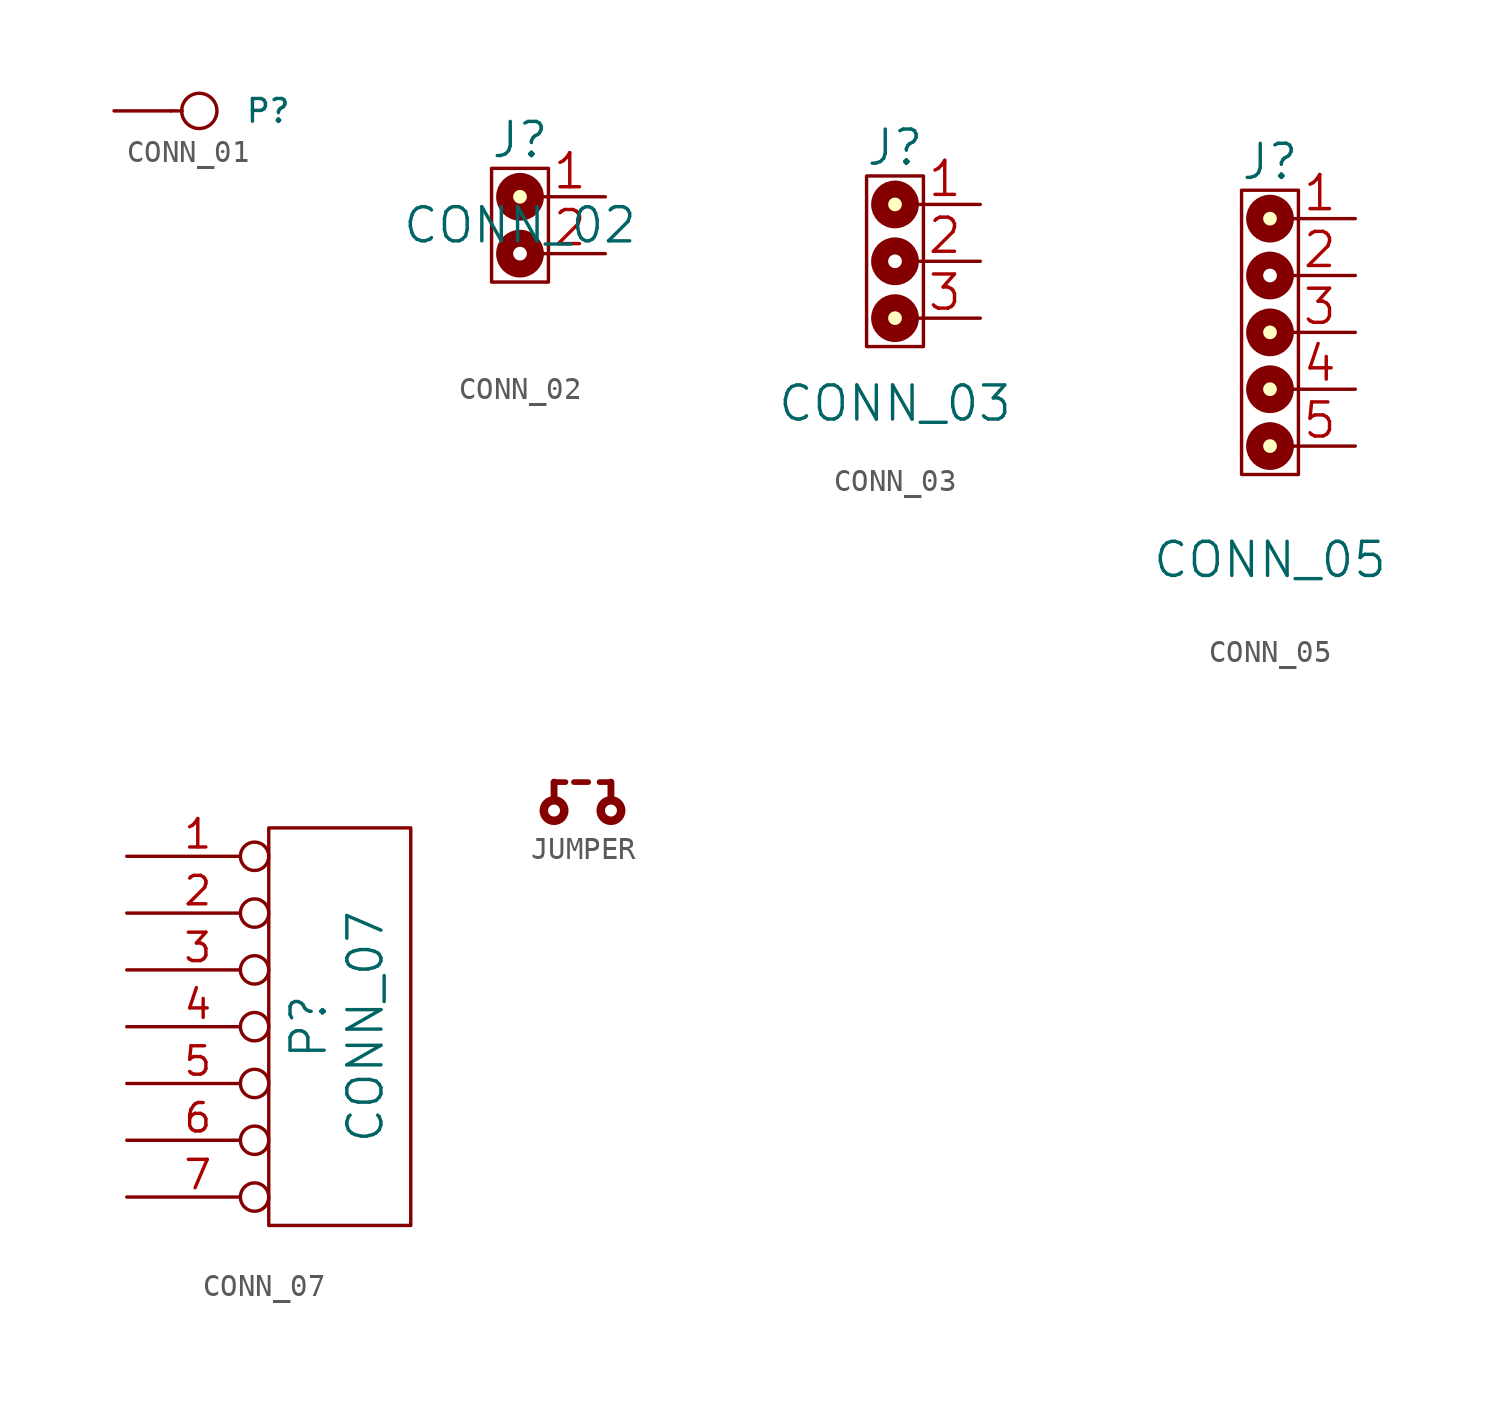
<source format=kicad_sym>
(kicad_symbol_lib
  (version 20211014)
  (generator kicad_symbol_editor)
  (symbol "CONN_01"
    (pin_numbers hide)
    (pin_names
      (offset 0.762) hide)
    (property "Reference" "P"
      (at 2.032 0 0)
      (effects (font (size 1.016 1.016)) (justify left)))
    (property "Footprint" ""
      (at 0 0 0)
      (effects (font (size 1.524 1.524))))
    (property "Datasheet" ""
      (at 0 0 0)
      (effects (font (size 1.524 1.524))))
    (symbol "CONN_01_0_1"
      (polyline (pts (xy -0.762 0) (xy -1.27 0)) (stroke (width 0) (type default) (color 0 0 0 0)) (fill (type none)))
      (circle (center 0 0) (radius 0.787) (stroke (width 0) (type default) (color 0 0 0 0)) (fill (type none))))
    (symbol "CONN_01_1_1"
      (pin passive line (at -3.81 0 0) (length 2.54) (name "1" (effects (font (size 1.524 1.524)))) (number "1" (effects (font (size 1.524 1.524)))))))
  (symbol "CONN_02"
    (pin_names
      (offset 0.762) hide)
    (property "Reference" "J"
      (at 0 8.89 0)
      (effects (font (size 1.524 1.524))))
    (property "Value" "CONN_02"
      (at 0 5.08 0)
      (effects (font (size 1.524 1.524))))
    (property "Footprint" ""
      (at 0 0 0)
      (effects (font (size 1.524 1.524))))
    (property "Datasheet" ""
      (at 0 0 0)
      (effects (font (size 1.524 1.524))))
    (symbol "CONN_02_0_1"
      (rectangle (start -1.27 7.62) (end 1.27 2.54) (stroke (width 0) (type default) (color 0 0 0 0)) (fill (type none)))
      (circle (center 0 3.81) (radius 0.686) (stroke (width 0.762) (type default) (color 0 0 0 0)) (fill (type none)))
      (circle (center 0 6.35) (radius 0.686) (stroke (width 0.762) (type default) (color 0 0 0 0)) (fill (type background))))
    (symbol "CONN_02_1_1"
      (pin passive line (at 3.81 6.35 180) (length 3.175) (name "1" (effects (font (size 1.524 1.524)))) (number "1" (effects (font (size 1.524 1.524)))))
      (pin passive line (at 3.81 3.81 180) (length 3.175) (name "2" (effects (font (size 1.524 1.524)))) (number "2" (effects (font (size 1.524 1.524)))))))
  (symbol "CONN_03"
    (pin_names
      (offset 0.762) hide)
    (property "Reference" "J"
      (at 0 8.89 0)
      (effects (font (size 1.524 1.524))))
    (property "Value" "CONN_03"
      (at 0 -2.54 0)
      (effects (font (size 1.524 1.524))))
    (property "Footprint" ""
      (at 0 0 0)
      (effects (font (size 1.524 1.524))))
    (property "Datasheet" ""
      (at 0 0 0)
      (effects (font (size 1.524 1.524))))
    (symbol "CONN_03_0_1"
      (rectangle (start -1.27 7.62) (end 1.27 0) (stroke (width 0) (type default) (color 0 0 0 0)) (fill (type none)))
      (circle (center 0 1.27) (radius 0.686) (stroke (width 0.762) (type default) (color 0 0 0 0)) (fill (type background)))
      (circle (center 0 3.81) (radius 0.686) (stroke (width 0.762) (type default) (color 0 0 0 0)) (fill (type none)))
      (circle (center 0 6.35) (radius 0.686) (stroke (width 0.762) (type default) (color 0 0 0 0)) (fill (type background))))
    (symbol "CONN_03_1_1"
      (pin passive line (at 3.81 6.35 180) (length 3.175) (name "1" (effects (font (size 1.524 1.524)))) (number "1" (effects (font (size 1.524 1.524)))))
      (pin passive line (at 3.81 3.81 180) (length 3.175) (name "2" (effects (font (size 1.524 1.524)))) (number "2" (effects (font (size 1.524 1.524)))))
      (pin passive line (at 3.81 1.27 180) (length 3.175) (name "3" (effects (font (size 1.524 1.524)))) (number "3" (effects (font (size 1.524 1.524)))))))
  (symbol "CONN_05"
    (pin_names
      (offset 0.762) hide)
    (property "Reference" "J"
      (at 0 8.89 0)
      (effects (font (size 1.524 1.524))))
    (property "Value" "CONN_05"
      (at 0 -8.89 0)
      (effects (font (size 1.524 1.524))))
    (property "Footprint" ""
      (at 0 0 0)
      (effects (font (size 1.524 1.524))))
    (property "Datasheet" ""
      (at 0 0 0)
      (effects (font (size 1.524 1.524))))
    (symbol "CONN_05_0_1"
      (rectangle (start -1.27 7.62) (end 1.27 -5.08) (stroke (width 0) (type default) (color 0 0 0 0)) (fill (type none)))
      (circle (center 0 -3.81) (radius 0.686) (stroke (width 0.762) (type default) (color 0 0 0 0)) (fill (type background)))
      (circle (center 0 -1.27) (radius 0.686) (stroke (width 0.762) (type default) (color 0 0 0 0)) (fill (type background)))
      (circle (center 0 1.27) (radius 0.686) (stroke (width 0.762) (type default) (color 0 0 0 0)) (fill (type background)))
      (circle (center 0 3.81) (radius 0.686) (stroke (width 0.762) (type default) (color 0 0 0 0)) (fill (type none)))
      (circle (center 0 6.35) (radius 0.686) (stroke (width 0.762) (type default) (color 0 0 0 0)) (fill (type background))))
    (symbol "CONN_05_1_1"
      (pin passive line (at 3.81 6.35 180) (length 3.175) (name "1" (effects (font (size 1.524 1.524)))) (number "1" (effects (font (size 1.524 1.524)))))
      (pin passive line (at 3.81 3.81 180) (length 3.175) (name "2" (effects (font (size 1.524 1.524)))) (number "2" (effects (font (size 1.524 1.524)))))
      (pin passive line (at 3.81 1.27 180) (length 3.175) (name "3" (effects (font (size 1.524 1.524)))) (number "3" (effects (font (size 1.524 1.524)))))
      (pin passive line (at 3.81 -1.27 180) (length 3.175) (name "4" (effects (font (size 1.524 1.524)))) (number "4" (effects (font (size 1.524 1.524)))))
      (pin passive line (at 3.81 -3.81 180) (length 3.175) (name "5" (effects (font (size 1.524 1.524)))) (number "5" (effects (font (size 1.524 1.524)))))))
  (symbol "CONN_07"
    (pin_names
      (offset 1.016) hide)
    (property "Reference" "P"
      (at -0.762 0 90)
      (effects (font (size 1.524 1.524))))
    (property "Value" "CONN_07"
      (at 1.778 0 90)
      (effects (font (size 1.524 1.524))))
    (property "Footprint" ""
      (at 0 0 0)
      (effects (font (size 1.524 1.524))))
    (property "Datasheet" ""
      (at 0 0 0)
      (effects (font (size 1.524 1.524))))
    (symbol "CONN_07_0_1"
      (rectangle (start -2.54 8.89) (end 3.81 -8.89) (stroke (width 0) (type default) (color 0 0 0 0)) (fill (type none))))
    (symbol "CONN_07_1_1"
      (pin passive inverted (at -8.89 7.62 0) (length 6.35) (name "P1" (effects (font (size 1.27 1.27)))) (number "1" (effects (font (size 1.27 1.27)))))
      (pin passive inverted (at -8.89 5.08 0) (length 6.35) (name "P2" (effects (font (size 1.27 1.27)))) (number "2" (effects (font (size 1.27 1.27)))))
      (pin passive inverted (at -8.89 2.54 0) (length 6.35) (name "P3" (effects (font (size 1.27 1.27)))) (number "3" (effects (font (size 1.27 1.27)))))
      (pin passive inverted (at -8.89 0 0) (length 6.35) (name "P4" (effects (font (size 1.27 1.27)))) (number "4" (effects (font (size 1.27 1.27)))))
      (pin passive inverted (at -8.89 -2.54 0) (length 6.35) (name "P5" (effects (font (size 1.27 1.27)))) (number "5" (effects (font (size 1.27 1.27)))))
      (pin passive inverted (at -8.89 -5.08 0) (length 6.35) (name "P6" (effects (font (size 1.27 1.27)))) (number "6" (effects (font (size 1.27 1.27)))))
      (pin passive inverted (at -8.89 -7.62 0) (length 6.35) (name "P7" (effects (font (size 1.27 1.27)))) (number "7" (effects (font (size 1.27 1.27)))))))
  (symbol "JUMPER"
    (pin_names
      (offset 0.762) hide)
    (property "Reference" "JP"
      (at -3.81 0.635 0)
      (effects (font (size 1.524 1.524)) hide))
    (property "Footprint" ""
      (at 0 0.635 0)
      (effects (font (size 1.524 1.524))))
    (property "Datasheet" ""
      (at 0 0.635 0)
      (effects (font (size 1.524 1.524))))
    (symbol "JUMPER_0_1"
      (polyline (pts (xy -1.27 1.27) (xy -0.762 1.27)) (stroke (width 0.254) (type default) (color 0 0 0 0)) (fill (type none)))
      (polyline (pts (xy -0.381 1.27) (xy 0.254 1.27)) (stroke (width 0.254) (type default) (color 0 0 0 0)) (fill (type none)))
      (polyline (pts (xy 0.762 1.27) (xy 1.27 1.27)) (stroke (width 0.254) (type default) (color 0 0 0 0)) (fill (type none))))
    (symbol "JUMPER_1_1"
      (circle (center -1.27 0) (radius 0.457) (stroke (width 0.381) (type default) (color 0 0 0 0)) (fill (type none)))
      (polyline (pts (xy -1.27 1.27) (xy -1.27 0.635)) (stroke (width 0.305) (type default) (color 0 0 0 0)) (fill (type none)))
      (polyline (pts (xy 1.27 1.27) (xy 1.27 0.635)) (stroke (width 0.305) (type default) (color 0 0 0 0)) (fill (type none)))
      (circle (center 1.27 0) (radius 0.457) (stroke (width 0.381) (type default) (color 0 0 0 0)) (fill (type none)))
      (pin passive line (at -1.27 0 90) (length 0) hide (name "~" (effects (font (size 1.524 1.524)))) (number "1" (effects (font (size 1.524 1.524)))))
      (pin passive line (at 1.27 0 90) (length 0) hide (name "~" (effects (font (size 1.524 1.524)))) (number "2" (effects (font (size 1.524 1.524))))))))
</source>
